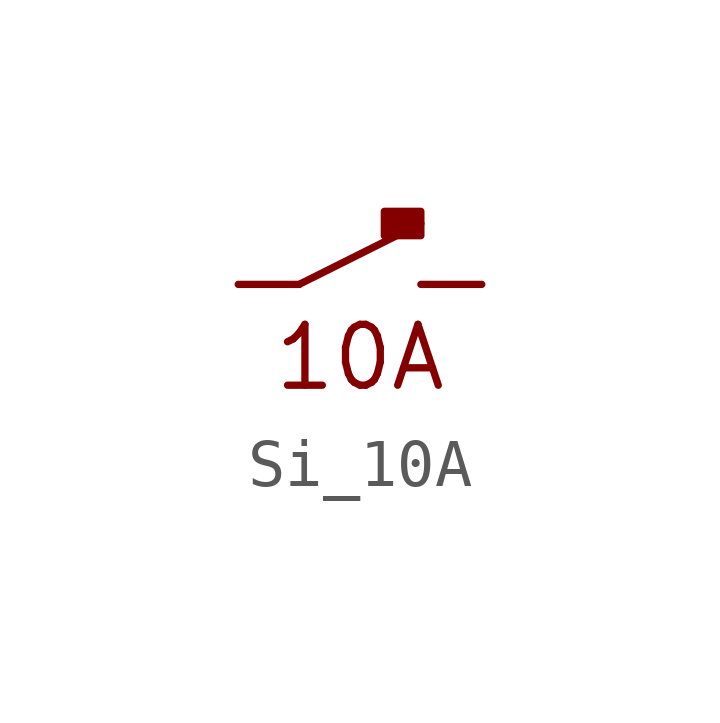
<source format=kicad_sym>
(kicad_symbol_lib
  (version 20211014)
  (generator kicad_symbol_editor)
  (symbol "Si_10A"
    (pin_numbers hide)
    (pin_names
      (offset 0) hide)
    (property "Reference" "U"
      (at 1.27 2.54 0)
      (effects (font (size 1.27 1.27)) hide))
    (symbol "Si_10A_0_0"
      (polyline (pts (xy 1.27 0) (xy 3.81 1.27)) (stroke (width 0) (type default) (color 0 0 0 0)) (fill (type none)))
      (rectangle (start 3.81 1.524) (end 3.048 1.016) (stroke (width 0) (type default) (color 0 0 0 0)) (fill (type outline)))
      (text "10A" (at 2.54 -1.524 0) (effects (font (size 1.27 1.27)))))
    (symbol "Si_10A_1_1"
      (pin passive line (at 0 0 0) (length 1.27) (name "2" (effects (font (size 1.27 1.27)))) (number "2" (effects (font (size 1.27 1.27)))))
      (pin passive line (at 5.08 0 180) (length 1.27) (name "2" (effects (font (size 1.27 1.27)))) (number "2" (effects (font (size 1.27 1.27))))))))
</source>
